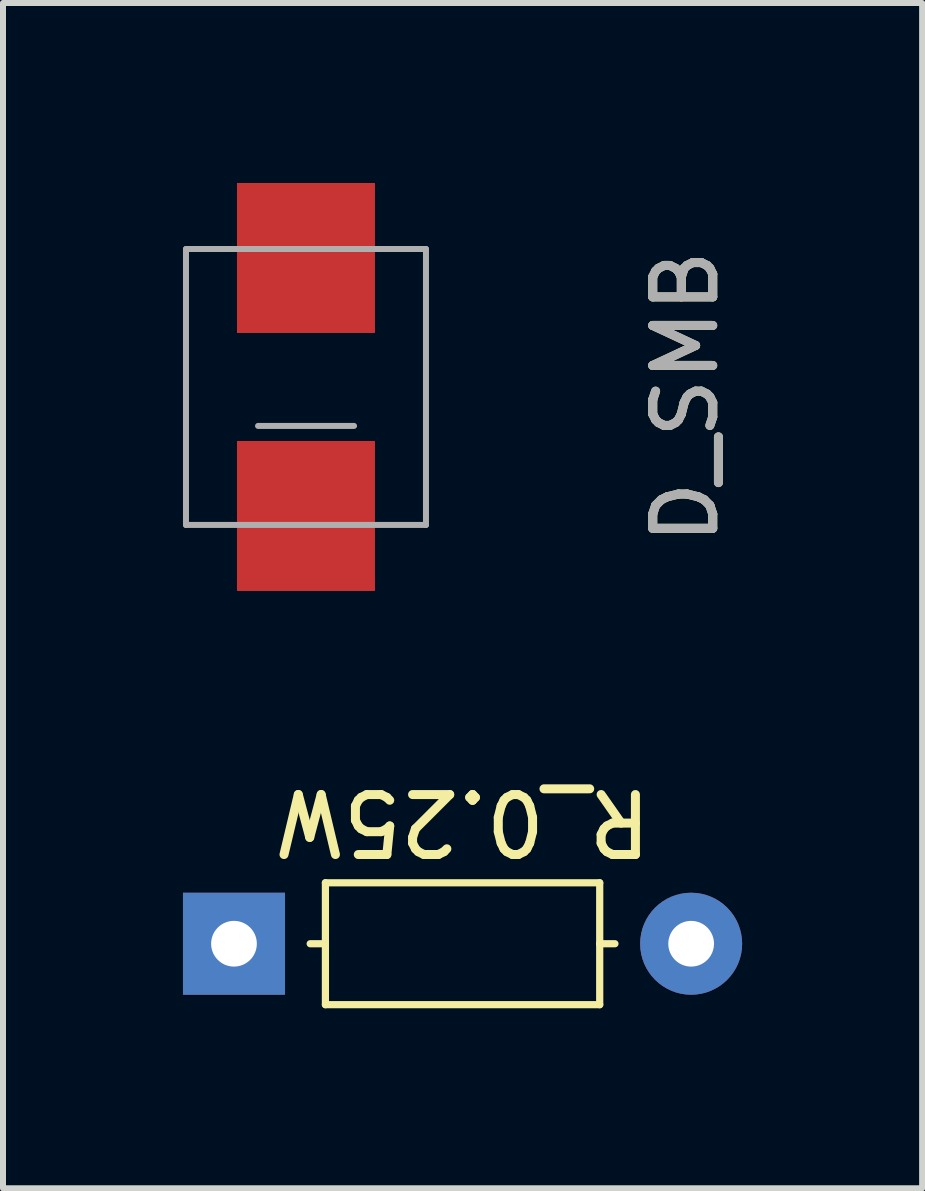
<source format=kicad_pcb>
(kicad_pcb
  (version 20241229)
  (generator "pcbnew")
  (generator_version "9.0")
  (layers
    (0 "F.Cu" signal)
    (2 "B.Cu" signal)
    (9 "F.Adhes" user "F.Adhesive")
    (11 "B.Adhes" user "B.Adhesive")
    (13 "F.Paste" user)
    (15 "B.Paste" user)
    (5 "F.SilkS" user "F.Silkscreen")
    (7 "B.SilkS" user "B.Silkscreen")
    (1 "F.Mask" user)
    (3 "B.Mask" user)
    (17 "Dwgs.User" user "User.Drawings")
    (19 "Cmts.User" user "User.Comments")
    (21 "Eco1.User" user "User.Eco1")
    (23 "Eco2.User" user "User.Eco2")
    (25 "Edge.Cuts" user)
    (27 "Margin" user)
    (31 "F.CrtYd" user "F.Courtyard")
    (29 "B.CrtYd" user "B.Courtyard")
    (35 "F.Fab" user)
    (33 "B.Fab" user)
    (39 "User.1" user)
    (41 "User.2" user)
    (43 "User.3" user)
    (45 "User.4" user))
  (footprint "R_0.25W"
    (layer "F.Cu")
    (at 0.85 12.68)
    (property "Reference" "R_0.25W" (at 3.81 -2.032 180) (unlocked yes) (layer "F.SilkS") (effects (font (size 1 1) (thickness 0.15))))
    (attr through_hole)
    (fp_line (start 1.27 0) (end 1.524 0) (stroke (width 0.12) (type solid)) (layer "F.SilkS"))
    (fp_line (start 1.524 -1.016) (end 6.096 -1.016) (stroke (width 0.12) (type solid)) (layer "F.SilkS"))
    (fp_line (start 1.524 0) (end 1.524 -1.016) (stroke (width 0.12) (type solid)) (layer "F.SilkS"))
    (fp_line (start 1.524 1.016) (end 1.524 0) (stroke (width 0.12) (type solid)) (layer "F.SilkS"))
    (fp_line (start 6.096 -1.016) (end 6.096 0) (stroke (width 0.12) (type solid)) (layer "F.SilkS"))
    (fp_line (start 6.096 0) (end 6.096 1.016) (stroke (width 0.12) (type solid)) (layer "F.SilkS"))
    (fp_line (start 6.096 0) (end 6.35 0) (stroke (width 0.12) (type solid)) (layer "F.SilkS"))
    (fp_line (start 6.096 1.016) (end 1.524 1.016) (stroke (width 0.12) (type solid)) (layer "F.SilkS"))
    (pad "1" thru_hole rect (at 0 0 90) (size 1.7 1.7) (drill 0.762) (layers "*.Cu" "*.Mask"))
    (pad "2" thru_hole oval (at 7.62 0 90) (size 1.7 1.7) (drill 0.762) (layers "*.Cu" "*.Mask")))
  (footprint "D_SMB"
    (layer "F.Cu")
    (at 2.051 3.681)
    (property "Reference" "D_SMB" (at 6.324 -0.116 90) (layer "F.SilkS") (effects (font (size 1 1) (thickness 0.15))))
    (attr smd)
    (fp_line (start -2.001 -2.581) (end -2.001 2.019) (stroke (width 0.1) (type solid)) (layer "F.Fab"))
    (fp_line (start -2.001 -2.581) (end 1.999 -2.581) (stroke (width 0.1) (type solid)) (layer "F.Fab"))
    (fp_line (start -0.8 0.368) (end 0.8 0.368) (stroke (width 0.1) (type solid)) (layer "F.Fab"))
    (fp_line (start 1.999 -2.581) (end 1.999 2.019) (stroke (width 0.1) (type solid)) (layer "F.Fab"))
    (fp_line (start 1.999 2.019) (end -2.001 2.019) (stroke (width 0.1) (type solid)) (layer "F.Fab"))
    (fp_text user "${REFERENCE}" (at 6.324 -0.116 90) (layer "F.Fab") (effects (font (size 1 1) (thickness 0.15))))
    (pad "A" smd rect (at -0.001 -2.431 90) (size 2.5 2.3) (layers "F.Cu" "F.Mask" "F.Paste"))
    (pad "K" smd rect (at -0.001 1.869 90) (size 2.5 2.3) (layers "F.Cu" "F.Mask" "F.Paste")))
  (gr_rect
    (start -3 -3)
    (end 12.32 16.756)
    (stroke (width 0.1) (type default))
    (fill no)
    (layer "Edge.Cuts")))
</source>
